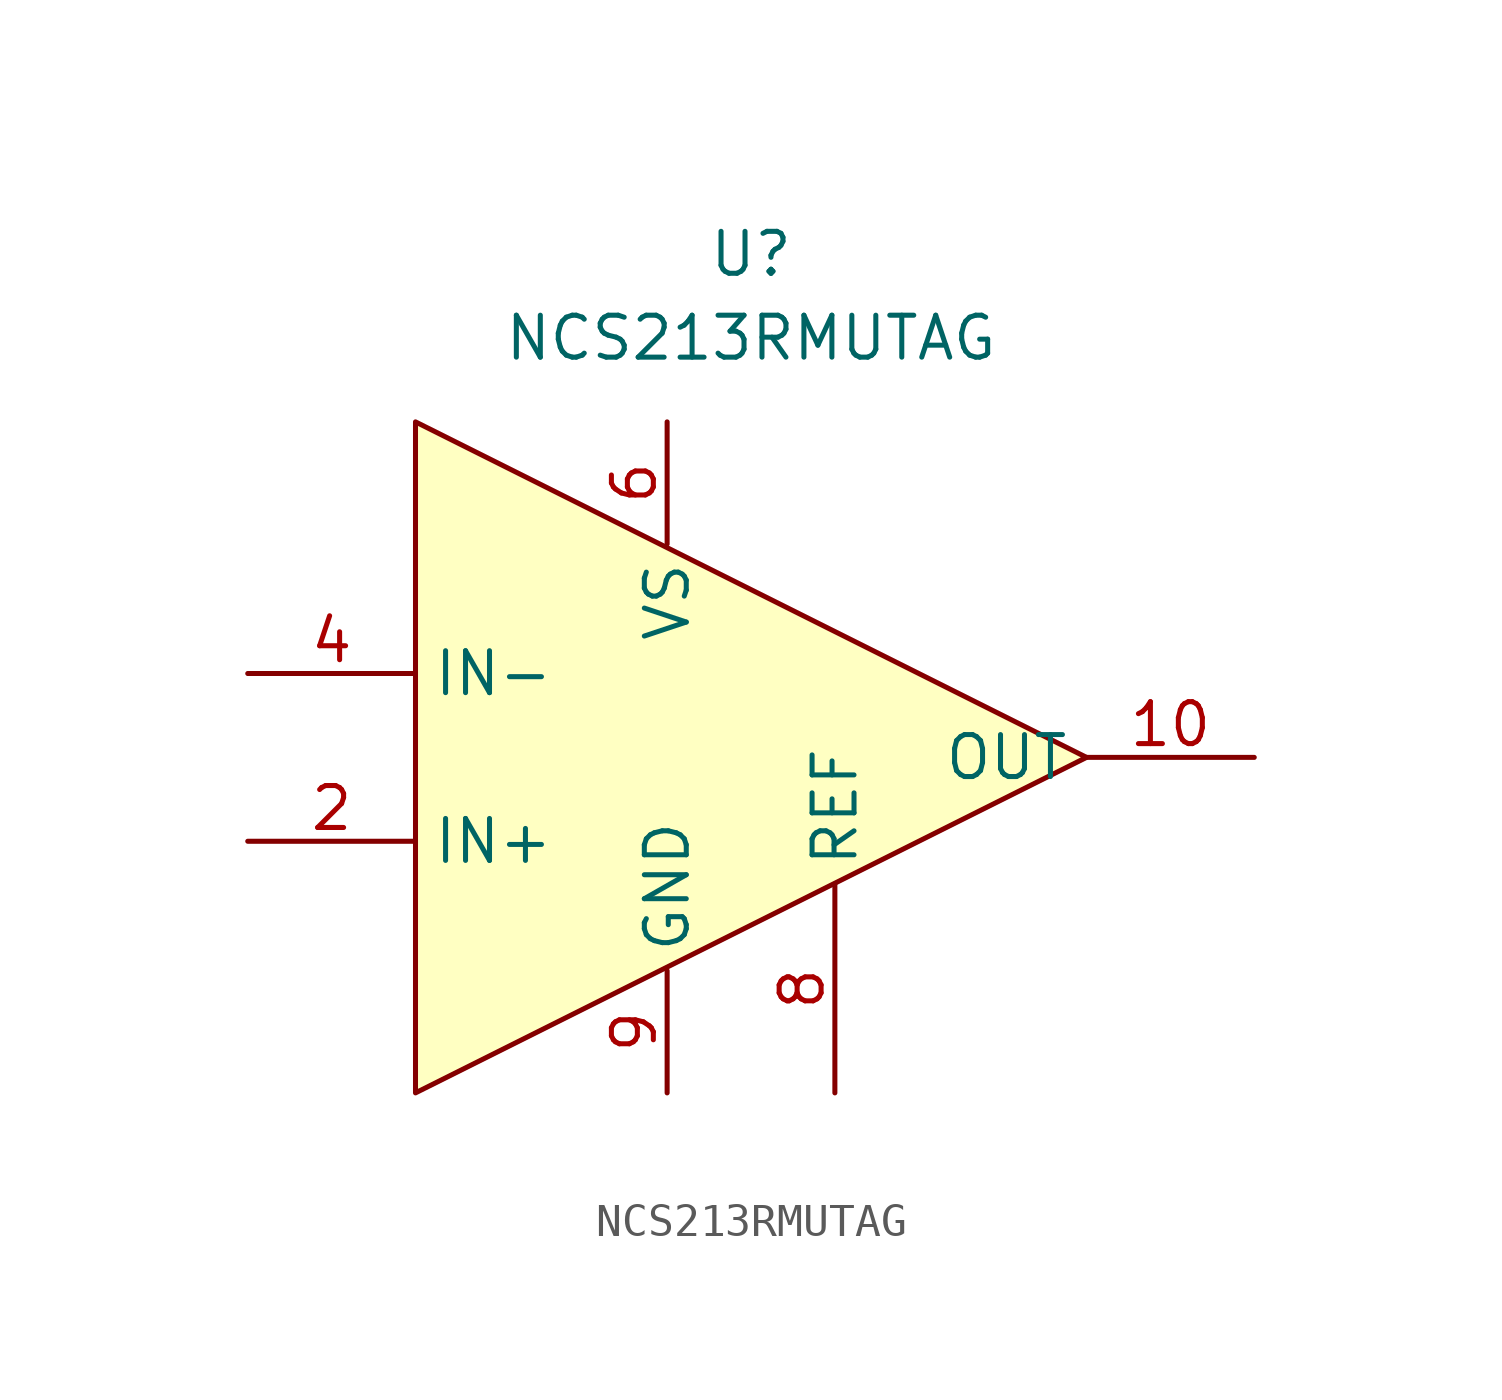
<source format=kicad_sym>
(kicad_symbol_lib
  (version 20241209)
  (generator "kicad_symbol_editor")
  (generator_version "9.0")
  (symbol "NCS213RMUTAG"
    (property "Reference" "U"
      (at 0 5.08 0)
      (effects (font (size 1.27 1.27))))
    (property "Value" "NCS213RMUTAG"
      (at 0 2.54 0)
      (effects (font (size 1.27 1.27))))
    (symbol "NCS213RMUTAG_1_1"
      (polyline (pts (xy -10.16 0) (xy -10.16 -20.32) (xy 10.16 -10.16) (xy -10.16 0)) (stroke (width 0) (type solid)) (fill (type background)))
      (pin no_connect line (at -15.24 -2.54 0) (length 5.08) (hide yes) (name "NC" (effects (font (size 1.27 1.27)))) (number "7" (effects (font (size 1.27 1.27)))))
      (pin input line (at -15.24 -7.62 0) (length 5.08) (name "IN-" (effects (font (size 1.27 1.27)))) (number "4" (effects (font (size 1.27 1.27)))))
      (pin input line (at -15.24 -7.62 0) (length 5.08) (hide yes) (name "IN-" (effects (font (size 1.27 1.27)))) (number "5" (effects (font (size 1.27 1.27)))))
      (pin input line (at -15.24 -12.7 0) (length 5.08) (name "IN+" (effects (font (size 1.27 1.27)))) (number "2" (effects (font (size 1.27 1.27)))))
      (pin input line (at -15.24 -12.7 0) (length 5.08) (hide yes) (name "IN+" (effects (font (size 1.27 1.27)))) (number "3" (effects (font (size 1.27 1.27)))))
      (pin no_connect line (at -15.24 -17.78 0) (length 5.08) (hide yes) (name "NC" (effects (font (size 1.27 1.27)))) (number "1" (effects (font (size 1.27 1.27)))))
      (pin power_in line (at -2.54 0 270) (length 3.7) (name "VS" (effects (font (size 1.27 1.27)))) (number "6" (effects (font (size 1.27 1.27)))))
      (pin passive line (at -2.54 -20.32 90) (length 3.7) (name "GND" (effects (font (size 1.27 1.27)))) (number "9" (effects (font (size 1.27 1.27)))))
      (pin input line (at 2.54 -20.32 90) (length 6.3) (name "REF" (effects (font (size 1.27 1.27)))) (number "8" (effects (font (size 1.27 1.27)))))
      (pin output line (at 15.24 -10.16 180) (length 5.08) (name "OUT" (effects (font (size 1.27 1.27)))) (number "10" (effects (font (size 1.27 1.27))))))))
</source>
